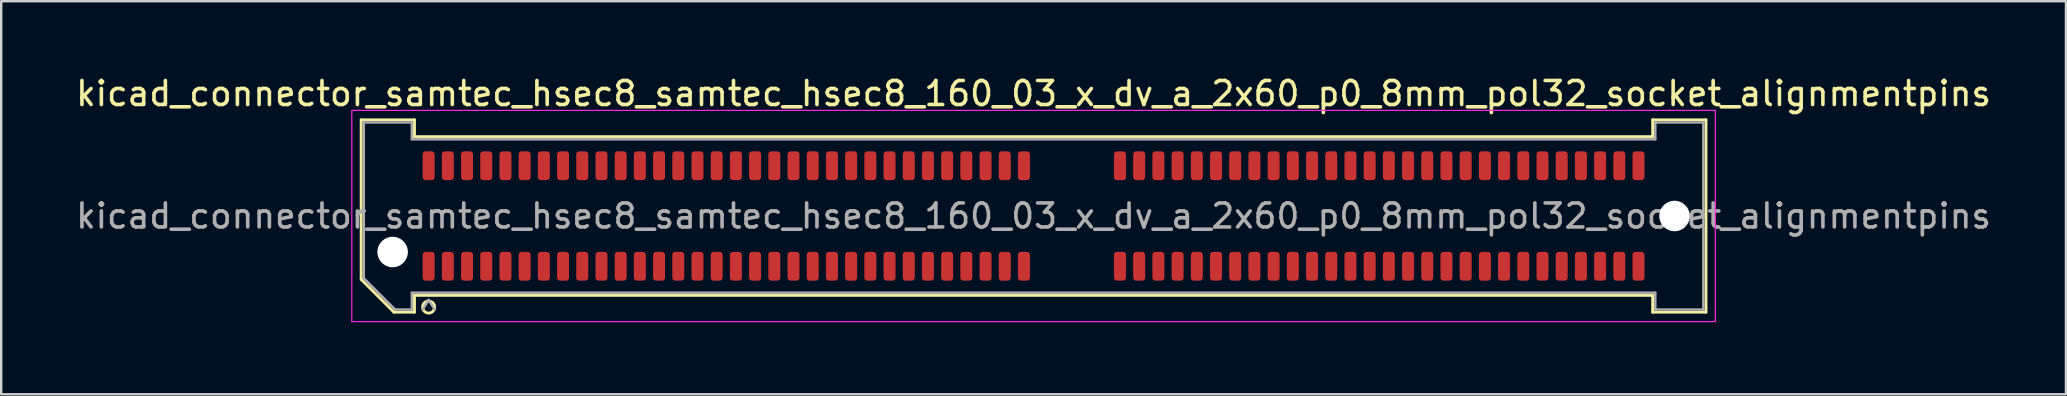
<source format=kicad_pcb>
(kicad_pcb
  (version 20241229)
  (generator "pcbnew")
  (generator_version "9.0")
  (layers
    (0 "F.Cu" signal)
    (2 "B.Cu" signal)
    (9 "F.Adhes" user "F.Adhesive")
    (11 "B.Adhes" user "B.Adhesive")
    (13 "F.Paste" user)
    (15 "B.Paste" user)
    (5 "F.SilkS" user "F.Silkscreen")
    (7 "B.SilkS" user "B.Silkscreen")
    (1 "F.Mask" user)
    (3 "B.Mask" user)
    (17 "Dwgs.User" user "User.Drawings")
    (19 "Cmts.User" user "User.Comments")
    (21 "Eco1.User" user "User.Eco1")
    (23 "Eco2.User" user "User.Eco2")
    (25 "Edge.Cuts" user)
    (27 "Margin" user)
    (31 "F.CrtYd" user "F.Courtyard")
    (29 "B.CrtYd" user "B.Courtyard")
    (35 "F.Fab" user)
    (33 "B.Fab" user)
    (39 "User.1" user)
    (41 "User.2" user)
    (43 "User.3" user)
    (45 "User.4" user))
  (footprint "kicad_connector_samtec_hsec8_samtec_hsec8_160_03_x_dv_a_2x60_p0_8mm_pol32_socket_alignmentpins"
    (layer "F.Cu")
    (at 40.006 5.948)
    (property "Reference" "kicad_connector_samtec_hsec8_samtec_hsec8_160_03_x_dv_a_2x60_p0_8mm_pol32_socket_alignmentpins" (at 0 -5.1 0) (layer "F.SilkS") (effects (font (size 1 1) (thickness 0.15))))
    (attr smd)
    (fp_line (start -28.01 -4.005) (end -25.79 -4.005) (stroke (width 0.12) (type solid)) (layer "F.SilkS"))
    (fp_line (start -28.01 2.641) (end -28.01 -4.005) (stroke (width 0.12) (type solid)) (layer "F.SilkS"))
    (fp_line (start -26.646 4.005) (end -28.01 2.641) (stroke (width 0.12) (type solid)) (layer "F.SilkS"))
    (fp_line (start -25.79 -4.005) (end -25.79 -3.305) (stroke (width 0.12) (type solid)) (layer "F.SilkS"))
    (fp_line (start -25.79 -3.305) (end 25.79 -3.305) (stroke (width 0.12) (type solid)) (layer "F.SilkS"))
    (fp_line (start -25.79 3.305) (end -25.79 4.005) (stroke (width 0.12) (type solid)) (layer "F.SilkS"))
    (fp_line (start -25.79 4.005) (end -26.646 4.005) (stroke (width 0.12) (type solid)) (layer "F.SilkS"))
    (fp_line (start 25.79 -4.005) (end 28.01 -4.005) (stroke (width 0.12) (type solid)) (layer "F.SilkS"))
    (fp_line (start 25.79 -3.305) (end 25.79 -4.005) (stroke (width 0.12) (type solid)) (layer "F.SilkS"))
    (fp_line (start 25.79 3.305) (end -25.79 3.305) (stroke (width 0.12) (type solid)) (layer "F.SilkS"))
    (fp_line (start 25.79 4.005) (end 25.79 3.305) (stroke (width 0.12) (type solid)) (layer "F.SilkS"))
    (fp_line (start 28.01 -4.005) (end 28.01 4.005) (stroke (width 0.12) (type solid)) (layer "F.SilkS"))
    (fp_line (start 28.01 4.005) (end 25.79 4.005) (stroke (width 0.12) (type solid)) (layer "F.SilkS"))
    (fp_arc (start -24.95 3.795) (mid -25.45 3.795) (end -24.95 3.795) (stroke (width 0.12) (type solid)) (layer "F.SilkS"))
    (fp_line (start -28.4 -4.4) (end -28.4 4.4) (stroke (width 0.05) (type solid)) (layer "F.CrtYd"))
    (fp_line (start -28.4 4.4) (end 28.4 4.4) (stroke (width 0.05) (type solid)) (layer "F.CrtYd"))
    (fp_line (start 28.4 -4.4) (end -28.4 -4.4) (stroke (width 0.05) (type solid)) (layer "F.CrtYd"))
    (fp_line (start 28.4 4.4) (end 28.4 -4.4) (stroke (width 0.05) (type solid)) (layer "F.CrtYd"))
    (fp_line (start -27.9 -3.895) (end -25.9 -3.895) (stroke (width 0.1) (type solid)) (layer "F.Fab"))
    (fp_line (start -27.9 2.595) (end -27.9 -3.895) (stroke (width 0.1) (type solid)) (layer "F.Fab"))
    (fp_line (start -26.6 3.895) (end -27.9 2.595) (stroke (width 0.1) (type solid)) (layer "F.Fab"))
    (fp_line (start -25.9 -3.895) (end -25.9 -3.195) (stroke (width 0.1) (type solid)) (layer "F.Fab"))
    (fp_line (start -25.9 -3.195) (end 25.9 -3.195) (stroke (width 0.1) (type solid)) (layer "F.Fab"))
    (fp_line (start -25.9 3.195) (end -25.9 3.895) (stroke (width 0.1) (type solid)) (layer "F.Fab"))
    (fp_line (start -25.9 3.895) (end -26.6 3.895) (stroke (width 0.1) (type solid)) (layer "F.Fab"))
    (fp_line (start -25.2 3.495) (end -25.45 3.895) (stroke (width 0.1) (type solid)) (layer "F.Fab"))
    (fp_line (start -25.2 3.495) (end -24.95 3.895) (stroke (width 0.1) (type solid)) (layer "F.Fab"))
    (fp_line (start 25.9 -3.895) (end 27.9 -3.895) (stroke (width 0.1) (type solid)) (layer "F.Fab"))
    (fp_line (start 25.9 -3.195) (end 25.9 -3.895) (stroke (width 0.1) (type solid)) (layer "F.Fab"))
    (fp_line (start 25.9 3.195) (end -25.9 3.195) (stroke (width 0.1) (type solid)) (layer "F.Fab"))
    (fp_line (start 25.9 3.895) (end 25.9 3.195) (stroke (width 0.1) (type solid)) (layer "F.Fab"))
    (fp_line (start 27.9 -3.895) (end 27.9 3.895) (stroke (width 0.1) (type solid)) (layer "F.Fab"))
    (fp_line (start 27.9 3.895) (end 25.9 3.895) (stroke (width 0.1) (type solid)) (layer "F.Fab"))
    (fp_text user "${REFERENCE}" (at 0 0 0) (layer "F.Fab") (effects (font (size 1 1) (thickness 0.15))))
    (pad "" np_thru_hole circle (at -26.7 1.5) (size 1.27 1.27) (drill 1.27) (layers "*.Cu" "*.Mask"))
    (pad "" np_thru_hole circle (at 26.7 0) (size 1.27 1.27) (drill 1.27) (layers "*.Cu" "*.Mask"))
    (pad "1" smd roundrect (at -25.2 2.095) (size 0.5 1.2) (layers "F.Cu" "F.Mask" "F.Paste") (roundrect_rratio 0.25))
    (pad "2" smd roundrect (at -25.2 -2.095) (size 0.5 1.2) (layers "F.Cu" "F.Mask" "F.Paste") (roundrect_rratio 0.25))
    (pad "3" smd roundrect (at -24.4 2.095) (size 0.5 1.2) (layers "F.Cu" "F.Mask" "F.Paste") (roundrect_rratio 0.25))
    (pad "4" smd roundrect (at -24.4 -2.095) (size 0.5 1.2) (layers "F.Cu" "F.Mask" "F.Paste") (roundrect_rratio 0.25))
    (pad "5" smd roundrect (at -23.6 2.095) (size 0.5 1.2) (layers "F.Cu" "F.Mask" "F.Paste") (roundrect_rratio 0.25))
    (pad "6" smd roundrect (at -23.6 -2.095) (size 0.5 1.2) (layers "F.Cu" "F.Mask" "F.Paste") (roundrect_rratio 0.25))
    (pad "7" smd roundrect (at -22.8 2.095) (size 0.5 1.2) (layers "F.Cu" "F.Mask" "F.Paste") (roundrect_rratio 0.25))
    (pad "8" smd roundrect (at -22.8 -2.095) (size 0.5 1.2) (layers "F.Cu" "F.Mask" "F.Paste") (roundrect_rratio 0.25))
    (pad "9" smd roundrect (at -22 2.095) (size 0.5 1.2) (layers "F.Cu" "F.Mask" "F.Paste") (roundrect_rratio 0.25))
    (pad "10" smd roundrect (at -22 -2.095) (size 0.5 1.2) (layers "F.Cu" "F.Mask" "F.Paste") (roundrect_rratio 0.25))
    (pad "11" smd roundrect (at -21.2 2.095) (size 0.5 1.2) (layers "F.Cu" "F.Mask" "F.Paste") (roundrect_rratio 0.25))
    (pad "12" smd roundrect (at -21.2 -2.095) (size 0.5 1.2) (layers "F.Cu" "F.Mask" "F.Paste") (roundrect_rratio 0.25))
    (pad "13" smd roundrect (at -20.4 2.095) (size 0.5 1.2) (layers "F.Cu" "F.Mask" "F.Paste") (roundrect_rratio 0.25))
    (pad "14" smd roundrect (at -20.4 -2.095) (size 0.5 1.2) (layers "F.Cu" "F.Mask" "F.Paste") (roundrect_rratio 0.25))
    (pad "15" smd roundrect (at -19.6 2.095) (size 0.5 1.2) (layers "F.Cu" "F.Mask" "F.Paste") (roundrect_rratio 0.25))
    (pad "16" smd roundrect (at -19.6 -2.095) (size 0.5 1.2) (layers "F.Cu" "F.Mask" "F.Paste") (roundrect_rratio 0.25))
    (pad "17" smd roundrect (at -18.8 2.095) (size 0.5 1.2) (layers "F.Cu" "F.Mask" "F.Paste") (roundrect_rratio 0.25))
    (pad "18" smd roundrect (at -18.8 -2.095) (size 0.5 1.2) (layers "F.Cu" "F.Mask" "F.Paste") (roundrect_rratio 0.25))
    (pad "19" smd roundrect (at -18 2.095) (size 0.5 1.2) (layers "F.Cu" "F.Mask" "F.Paste") (roundrect_rratio 0.25))
    (pad "20" smd roundrect (at -18 -2.095) (size 0.5 1.2) (layers "F.Cu" "F.Mask" "F.Paste") (roundrect_rratio 0.25))
    (pad "21" smd roundrect (at -17.2 2.095) (size 0.5 1.2) (layers "F.Cu" "F.Mask" "F.Paste") (roundrect_rratio 0.25))
    (pad "22" smd roundrect (at -17.2 -2.095) (size 0.5 1.2) (layers "F.Cu" "F.Mask" "F.Paste") (roundrect_rratio 0.25))
    (pad "23" smd roundrect (at -16.4 2.095) (size 0.5 1.2) (layers "F.Cu" "F.Mask" "F.Paste") (roundrect_rratio 0.25))
    (pad "24" smd roundrect (at -16.4 -2.095) (size 0.5 1.2) (layers "F.Cu" "F.Mask" "F.Paste") (roundrect_rratio 0.25))
    (pad "25" smd roundrect (at -15.6 2.095) (size 0.5 1.2) (layers "F.Cu" "F.Mask" "F.Paste") (roundrect_rratio 0.25))
    (pad "26" smd roundrect (at -15.6 -2.095) (size 0.5 1.2) (layers "F.Cu" "F.Mask" "F.Paste") (roundrect_rratio 0.25))
    (pad "27" smd roundrect (at -14.8 2.095) (size 0.5 1.2) (layers "F.Cu" "F.Mask" "F.Paste") (roundrect_rratio 0.25))
    (pad "28" smd roundrect (at -14.8 -2.095) (size 0.5 1.2) (layers "F.Cu" "F.Mask" "F.Paste") (roundrect_rratio 0.25))
    (pad "29" smd roundrect (at -14 2.095) (size 0.5 1.2) (layers "F.Cu" "F.Mask" "F.Paste") (roundrect_rratio 0.25))
    (pad "30" smd roundrect (at -14 -2.095) (size 0.5 1.2) (layers "F.Cu" "F.Mask" "F.Paste") (roundrect_rratio 0.25))
    (pad "31" smd roundrect (at -13.2 2.095) (size 0.5 1.2) (layers "F.Cu" "F.Mask" "F.Paste") (roundrect_rratio 0.25))
    (pad "32" smd roundrect (at -13.2 -2.095) (size 0.5 1.2) (layers "F.Cu" "F.Mask" "F.Paste") (roundrect_rratio 0.25))
    (pad "33" smd roundrect (at -12.4 2.095) (size 0.5 1.2) (layers "F.Cu" "F.Mask" "F.Paste") (roundrect_rratio 0.25))
    (pad "34" smd roundrect (at -12.4 -2.095) (size 0.5 1.2) (layers "F.Cu" "F.Mask" "F.Paste") (roundrect_rratio 0.25))
    (pad "35" smd roundrect (at -11.6 2.095) (size 0.5 1.2) (layers "F.Cu" "F.Mask" "F.Paste") (roundrect_rratio 0.25))
    (pad "36" smd roundrect (at -11.6 -2.095) (size 0.5 1.2) (layers "F.Cu" "F.Mask" "F.Paste") (roundrect_rratio 0.25))
    (pad "37" smd roundrect (at -10.8 2.095) (size 0.5 1.2) (layers "F.Cu" "F.Mask" "F.Paste") (roundrect_rratio 0.25))
    (pad "38" smd roundrect (at -10.8 -2.095) (size 0.5 1.2) (layers "F.Cu" "F.Mask" "F.Paste") (roundrect_rratio 0.25))
    (pad "39" smd roundrect (at -10 2.095) (size 0.5 1.2) (layers "F.Cu" "F.Mask" "F.Paste") (roundrect_rratio 0.25))
    (pad "40" smd roundrect (at -10 -2.095) (size 0.5 1.2) (layers "F.Cu" "F.Mask" "F.Paste") (roundrect_rratio 0.25))
    (pad "41" smd roundrect (at -9.2 2.095) (size 0.5 1.2) (layers "F.Cu" "F.Mask" "F.Paste") (roundrect_rratio 0.25))
    (pad "42" smd roundrect (at -9.2 -2.095) (size 0.5 1.2) (layers "F.Cu" "F.Mask" "F.Paste") (roundrect_rratio 0.25))
    (pad "43" smd roundrect (at -8.4 2.095) (size 0.5 1.2) (layers "F.Cu" "F.Mask" "F.Paste") (roundrect_rratio 0.25))
    (pad "44" smd roundrect (at -8.4 -2.095) (size 0.5 1.2) (layers "F.Cu" "F.Mask" "F.Paste") (roundrect_rratio 0.25))
    (pad "45" smd roundrect (at -7.6 2.095) (size 0.5 1.2) (layers "F.Cu" "F.Mask" "F.Paste") (roundrect_rratio 0.25))
    (pad "46" smd roundrect (at -7.6 -2.095) (size 0.5 1.2) (layers "F.Cu" "F.Mask" "F.Paste") (roundrect_rratio 0.25))
    (pad "47" smd roundrect (at -6.8 2.095) (size 0.5 1.2) (layers "F.Cu" "F.Mask" "F.Paste") (roundrect_rratio 0.25))
    (pad "48" smd roundrect (at -6.8 -2.095) (size 0.5 1.2) (layers "F.Cu" "F.Mask" "F.Paste") (roundrect_rratio 0.25))
    (pad "49" smd roundrect (at -6 2.095) (size 0.5 1.2) (layers "F.Cu" "F.Mask" "F.Paste") (roundrect_rratio 0.25))
    (pad "50" smd roundrect (at -6 -2.095) (size 0.5 1.2) (layers "F.Cu" "F.Mask" "F.Paste") (roundrect_rratio 0.25))
    (pad "51" smd roundrect (at -5.2 2.095) (size 0.5 1.2) (layers "F.Cu" "F.Mask" "F.Paste") (roundrect_rratio 0.25))
    (pad "52" smd roundrect (at -5.2 -2.095) (size 0.5 1.2) (layers "F.Cu" "F.Mask" "F.Paste") (roundrect_rratio 0.25))
    (pad "53" smd roundrect (at -4.4 2.095) (size 0.5 1.2) (layers "F.Cu" "F.Mask" "F.Paste") (roundrect_rratio 0.25))
    (pad "54" smd roundrect (at -4.4 -2.095) (size 0.5 1.2) (layers "F.Cu" "F.Mask" "F.Paste") (roundrect_rratio 0.25))
    (pad "55" smd roundrect (at -3.6 2.095) (size 0.5 1.2) (layers "F.Cu" "F.Mask" "F.Paste") (roundrect_rratio 0.25))
    (pad "56" smd roundrect (at -3.6 -2.095) (size 0.5 1.2) (layers "F.Cu" "F.Mask" "F.Paste") (roundrect_rratio 0.25))
    (pad "57" smd roundrect (at -2.8 2.095) (size 0.5 1.2) (layers "F.Cu" "F.Mask" "F.Paste") (roundrect_rratio 0.25))
    (pad "58" smd roundrect (at -2.8 -2.095) (size 0.5 1.2) (layers "F.Cu" "F.Mask" "F.Paste") (roundrect_rratio 0.25))
    (pad "59" smd roundrect (at -2 2.095) (size 0.5 1.2) (layers "F.Cu" "F.Mask" "F.Paste") (roundrect_rratio 0.25))
    (pad "60" smd roundrect (at -2 -2.095) (size 0.5 1.2) (layers "F.Cu" "F.Mask" "F.Paste") (roundrect_rratio 0.25))
    (pad "61" smd roundrect (at -1.2 2.095) (size 0.5 1.2) (layers "F.Cu" "F.Mask" "F.Paste") (roundrect_rratio 0.25))
    (pad "62" smd roundrect (at -1.2 -2.095) (size 0.5 1.2) (layers "F.Cu" "F.Mask" "F.Paste") (roundrect_rratio 0.25))
    (pad "63" smd roundrect (at -0.4 2.095) (size 0.5 1.2) (layers "F.Cu" "F.Mask" "F.Paste") (roundrect_rratio 0.25))
    (pad "64" smd roundrect (at -0.4 -2.095) (size 0.5 1.2) (layers "F.Cu" "F.Mask" "F.Paste") (roundrect_rratio 0.25))
    (pad "65" smd roundrect (at 3.6 2.095) (size 0.5 1.2) (layers "F.Cu" "F.Mask" "F.Paste") (roundrect_rratio 0.25))
    (pad "66" smd roundrect (at 3.6 -2.095) (size 0.5 1.2) (layers "F.Cu" "F.Mask" "F.Paste") (roundrect_rratio 0.25))
    (pad "67" smd roundrect (at 4.4 2.095) (size 0.5 1.2) (layers "F.Cu" "F.Mask" "F.Paste") (roundrect_rratio 0.25))
    (pad "68" smd roundrect (at 4.4 -2.095) (size 0.5 1.2) (layers "F.Cu" "F.Mask" "F.Paste") (roundrect_rratio 0.25))
    (pad "69" smd roundrect (at 5.2 2.095) (size 0.5 1.2) (layers "F.Cu" "F.Mask" "F.Paste") (roundrect_rratio 0.25))
    (pad "70" smd roundrect (at 5.2 -2.095) (size 0.5 1.2) (layers "F.Cu" "F.Mask" "F.Paste") (roundrect_rratio 0.25))
    (pad "71" smd roundrect (at 6 2.095) (size 0.5 1.2) (layers "F.Cu" "F.Mask" "F.Paste") (roundrect_rratio 0.25))
    (pad "72" smd roundrect (at 6 -2.095) (size 0.5 1.2) (layers "F.Cu" "F.Mask" "F.Paste") (roundrect_rratio 0.25))
    (pad "73" smd roundrect (at 6.8 2.095) (size 0.5 1.2) (layers "F.Cu" "F.Mask" "F.Paste") (roundrect_rratio 0.25))
    (pad "74" smd roundrect (at 6.8 -2.095) (size 0.5 1.2) (layers "F.Cu" "F.Mask" "F.Paste") (roundrect_rratio 0.25))
    (pad "75" smd roundrect (at 7.6 2.095) (size 0.5 1.2) (layers "F.Cu" "F.Mask" "F.Paste") (roundrect_rratio 0.25))
    (pad "76" smd roundrect (at 7.6 -2.095) (size 0.5 1.2) (layers "F.Cu" "F.Mask" "F.Paste") (roundrect_rratio 0.25))
    (pad "77" smd roundrect (at 8.4 2.095) (size 0.5 1.2) (layers "F.Cu" "F.Mask" "F.Paste") (roundrect_rratio 0.25))
    (pad "78" smd roundrect (at 8.4 -2.095) (size 0.5 1.2) (layers "F.Cu" "F.Mask" "F.Paste") (roundrect_rratio 0.25))
    (pad "79" smd roundrect (at 9.2 2.095) (size 0.5 1.2) (layers "F.Cu" "F.Mask" "F.Paste") (roundrect_rratio 0.25))
    (pad "80" smd roundrect (at 9.2 -2.095) (size 0.5 1.2) (layers "F.Cu" "F.Mask" "F.Paste") (roundrect_rratio 0.25))
    (pad "81" smd roundrect (at 10 2.095) (size 0.5 1.2) (layers "F.Cu" "F.Mask" "F.Paste") (roundrect_rratio 0.25))
    (pad "82" smd roundrect (at 10 -2.095) (size 0.5 1.2) (layers "F.Cu" "F.Mask" "F.Paste") (roundrect_rratio 0.25))
    (pad "83" smd roundrect (at 10.8 2.095) (size 0.5 1.2) (layers "F.Cu" "F.Mask" "F.Paste") (roundrect_rratio 0.25))
    (pad "84" smd roundrect (at 10.8 -2.095) (size 0.5 1.2) (layers "F.Cu" "F.Mask" "F.Paste") (roundrect_rratio 0.25))
    (pad "85" smd roundrect (at 11.6 2.095) (size 0.5 1.2) (layers "F.Cu" "F.Mask" "F.Paste") (roundrect_rratio 0.25))
    (pad "86" smd roundrect (at 11.6 -2.095) (size 0.5 1.2) (layers "F.Cu" "F.Mask" "F.Paste") (roundrect_rratio 0.25))
    (pad "87" smd roundrect (at 12.4 2.095) (size 0.5 1.2) (layers "F.Cu" "F.Mask" "F.Paste") (roundrect_rratio 0.25))
    (pad "88" smd roundrect (at 12.4 -2.095) (size 0.5 1.2) (layers "F.Cu" "F.Mask" "F.Paste") (roundrect_rratio 0.25))
    (pad "89" smd roundrect (at 13.2 2.095) (size 0.5 1.2) (layers "F.Cu" "F.Mask" "F.Paste") (roundrect_rratio 0.25))
    (pad "90" smd roundrect (at 13.2 -2.095) (size 0.5 1.2) (layers "F.Cu" "F.Mask" "F.Paste") (roundrect_rratio 0.25))
    (pad "91" smd roundrect (at 14 2.095) (size 0.5 1.2) (layers "F.Cu" "F.Mask" "F.Paste") (roundrect_rratio 0.25))
    (pad "92" smd roundrect (at 14 -2.095) (size 0.5 1.2) (layers "F.Cu" "F.Mask" "F.Paste") (roundrect_rratio 0.25))
    (pad "93" smd roundrect (at 14.8 2.095) (size 0.5 1.2) (layers "F.Cu" "F.Mask" "F.Paste") (roundrect_rratio 0.25))
    (pad "94" smd roundrect (at 14.8 -2.095) (size 0.5 1.2) (layers "F.Cu" "F.Mask" "F.Paste") (roundrect_rratio 0.25))
    (pad "95" smd roundrect (at 15.6 2.095) (size 0.5 1.2) (layers "F.Cu" "F.Mask" "F.Paste") (roundrect_rratio 0.25))
    (pad "96" smd roundrect (at 15.6 -2.095) (size 0.5 1.2) (layers "F.Cu" "F.Mask" "F.Paste") (roundrect_rratio 0.25))
    (pad "97" smd roundrect (at 16.4 2.095) (size 0.5 1.2) (layers "F.Cu" "F.Mask" "F.Paste") (roundrect_rratio 0.25))
    (pad "98" smd roundrect (at 16.4 -2.095) (size 0.5 1.2) (layers "F.Cu" "F.Mask" "F.Paste") (roundrect_rratio 0.25))
    (pad "99" smd roundrect (at 17.2 2.095) (size 0.5 1.2) (layers "F.Cu" "F.Mask" "F.Paste") (roundrect_rratio 0.25))
    (pad "100" smd roundrect (at 17.2 -2.095) (size 0.5 1.2) (layers "F.Cu" "F.Mask" "F.Paste") (roundrect_rratio 0.25))
    (pad "101" smd roundrect (at 18 2.095) (size 0.5 1.2) (layers "F.Cu" "F.Mask" "F.Paste") (roundrect_rratio 0.25))
    (pad "102" smd roundrect (at 18 -2.095) (size 0.5 1.2) (layers "F.Cu" "F.Mask" "F.Paste") (roundrect_rratio 0.25))
    (pad "103" smd roundrect (at 18.8 2.095) (size 0.5 1.2) (layers "F.Cu" "F.Mask" "F.Paste") (roundrect_rratio 0.25))
    (pad "104" smd roundrect (at 18.8 -2.095) (size 0.5 1.2) (layers "F.Cu" "F.Mask" "F.Paste") (roundrect_rratio 0.25))
    (pad "105" smd roundrect (at 19.6 2.095) (size 0.5 1.2) (layers "F.Cu" "F.Mask" "F.Paste") (roundrect_rratio 0.25))
    (pad "106" smd roundrect (at 19.6 -2.095) (size 0.5 1.2) (layers "F.Cu" "F.Mask" "F.Paste") (roundrect_rratio 0.25))
    (pad "107" smd roundrect (at 20.4 2.095) (size 0.5 1.2) (layers "F.Cu" "F.Mask" "F.Paste") (roundrect_rratio 0.25))
    (pad "108" smd roundrect (at 20.4 -2.095) (size 0.5 1.2) (layers "F.Cu" "F.Mask" "F.Paste") (roundrect_rratio 0.25))
    (pad "109" smd roundrect (at 21.2 2.095) (size 0.5 1.2) (layers "F.Cu" "F.Mask" "F.Paste") (roundrect_rratio 0.25))
    (pad "110" smd roundrect (at 21.2 -2.095) (size 0.5 1.2) (layers "F.Cu" "F.Mask" "F.Paste") (roundrect_rratio 0.25))
    (pad "111" smd roundrect (at 22 2.095) (size 0.5 1.2) (layers "F.Cu" "F.Mask" "F.Paste") (roundrect_rratio 0.25))
    (pad "112" smd roundrect (at 22 -2.095) (size 0.5 1.2) (layers "F.Cu" "F.Mask" "F.Paste") (roundrect_rratio 0.25))
    (pad "113" smd roundrect (at 22.8 2.095) (size 0.5 1.2) (layers "F.Cu" "F.Mask" "F.Paste") (roundrect_rratio 0.25))
    (pad "114" smd roundrect (at 22.8 -2.095) (size 0.5 1.2) (layers "F.Cu" "F.Mask" "F.Paste") (roundrect_rratio 0.25))
    (pad "115" smd roundrect (at 23.6 2.095) (size 0.5 1.2) (layers "F.Cu" "F.Mask" "F.Paste") (roundrect_rratio 0.25))
    (pad "116" smd roundrect (at 23.6 -2.095) (size 0.5 1.2) (layers "F.Cu" "F.Mask" "F.Paste") (roundrect_rratio 0.25))
    (pad "117" smd roundrect (at 24.4 2.095) (size 0.5 1.2) (layers "F.Cu" "F.Mask" "F.Paste") (roundrect_rratio 0.25))
    (pad "118" smd roundrect (at 24.4 -2.095) (size 0.5 1.2) (layers "F.Cu" "F.Mask" "F.Paste") (roundrect_rratio 0.25))
    (pad "119" smd roundrect (at 25.2 2.095) (size 0.5 1.2) (layers "F.Cu" "F.Mask" "F.Paste") (roundrect_rratio 0.25))
    (pad "120" smd roundrect (at 25.2 -2.095) (size 0.5 1.2) (layers "F.Cu" "F.Mask" "F.Paste") (roundrect_rratio 0.25)))
  (gr_rect
    (start -3 -3)
    (end 83.012 13.373)
    (stroke (width 0.1) (type default))
    (fill no)
    (layer "Edge.Cuts")))
</source>
